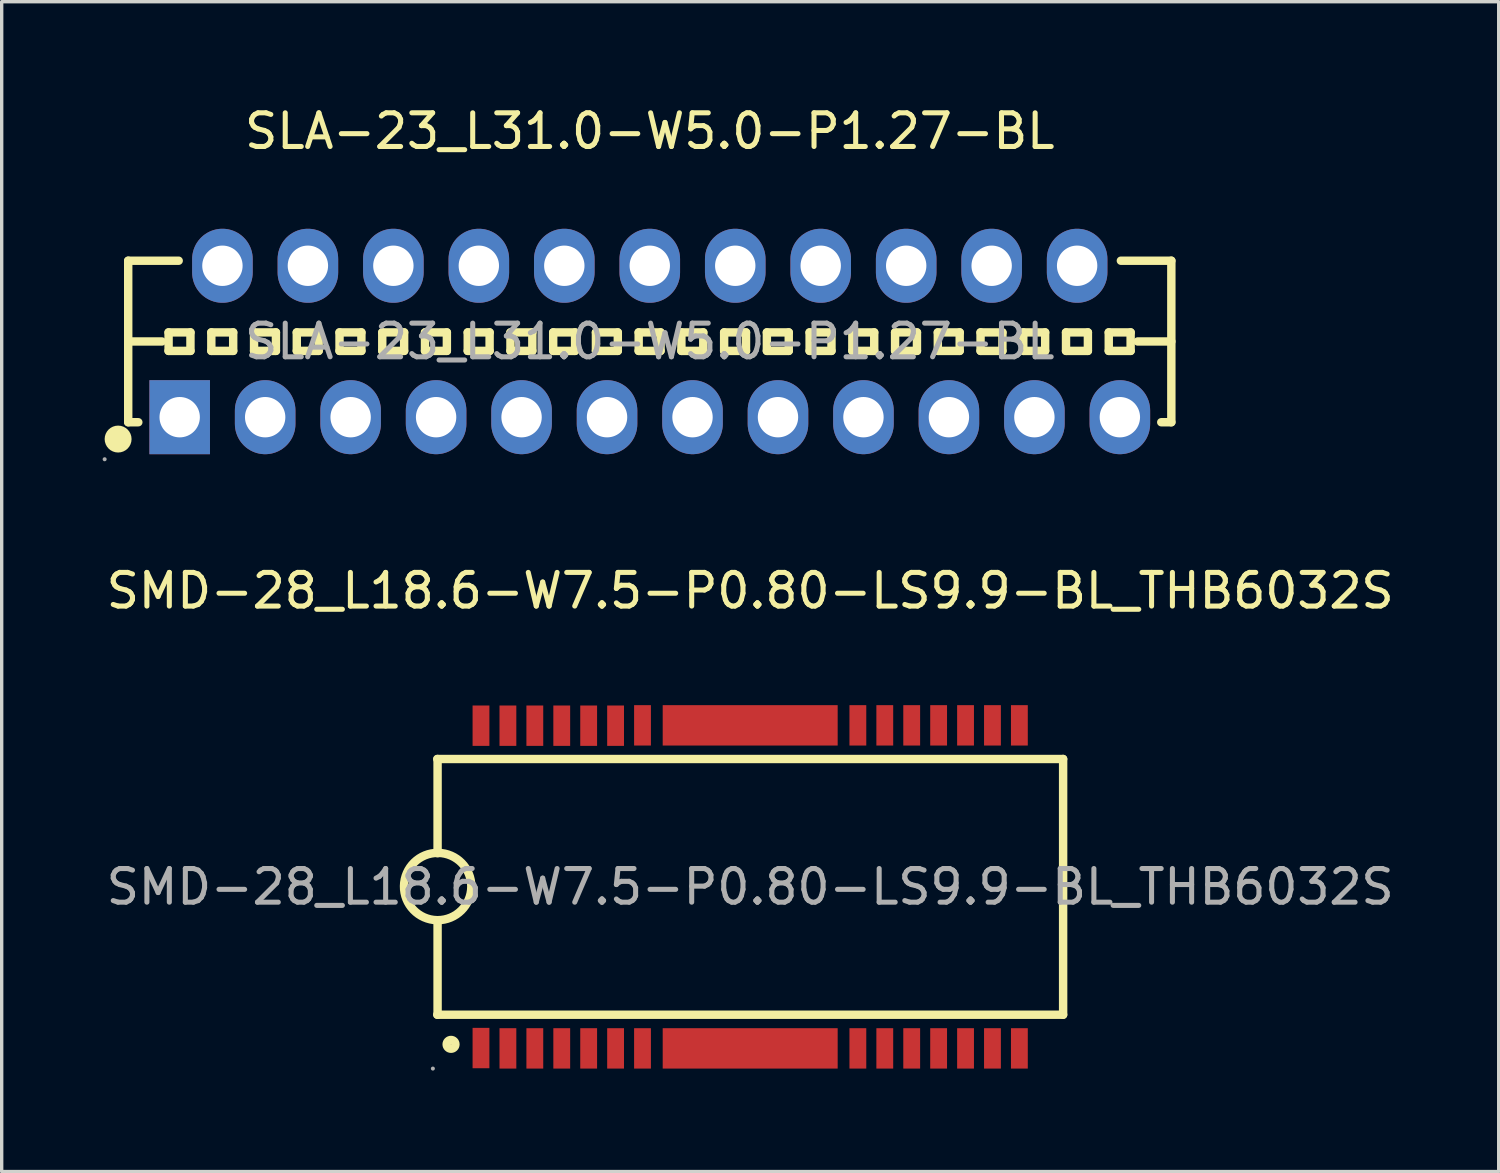
<source format=kicad_pcb>
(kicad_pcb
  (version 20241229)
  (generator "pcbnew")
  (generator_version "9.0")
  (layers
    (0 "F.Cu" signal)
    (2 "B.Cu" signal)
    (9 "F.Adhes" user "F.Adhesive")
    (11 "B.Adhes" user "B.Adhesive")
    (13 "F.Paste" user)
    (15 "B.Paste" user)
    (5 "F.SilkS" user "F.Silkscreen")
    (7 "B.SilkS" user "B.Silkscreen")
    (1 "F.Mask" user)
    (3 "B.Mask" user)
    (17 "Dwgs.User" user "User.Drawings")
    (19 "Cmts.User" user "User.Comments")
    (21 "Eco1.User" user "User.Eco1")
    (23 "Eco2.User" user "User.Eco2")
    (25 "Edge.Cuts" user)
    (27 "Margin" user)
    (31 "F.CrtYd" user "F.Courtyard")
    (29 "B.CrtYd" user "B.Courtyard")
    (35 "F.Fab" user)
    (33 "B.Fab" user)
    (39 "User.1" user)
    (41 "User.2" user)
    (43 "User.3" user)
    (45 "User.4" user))
  (footprint "SLA-23_L31.0-W5.0-P1.27-BL"
    (layer "F.Cu")
    (at 16.26 7.098)
    (property "Reference" "SLA-23_L31.0-W5.0-P1.27-BL" (at 0 -6.25 0) (layer "F.SilkS") (effects (font (size 1 1) (thickness 0.15))))
    (attr through_hole)
    (fp_line (start -15.5 -2.4) (end -15.5 2.4) (stroke (width 0.25) (type solid)) (layer "F.SilkS"))
    (fp_line (start -15.5 2.4) (end -15.2 2.4) (stroke (width 0.25) (type solid)) (layer "F.SilkS"))
    (fp_line (start -14.5 0) (end -15.5 0) (stroke (width 0.25) (type solid)) (layer "F.SilkS"))
    (fp_line (start -14.3 -0.27) (end -14.3 0.28) (stroke (width 0.25) (type solid)) (layer "F.SilkS"))
    (fp_line (start -14.3 0.28) (end -13.65 0.28) (stroke (width 0.25) (type solid)) (layer "F.SilkS"))
    (fp_line (start -14 -2.4) (end -15.5 -2.4) (stroke (width 0.25) (type solid)) (layer "F.SilkS"))
    (fp_line (start -13.65 -0.27) (end -14.3 -0.27) (stroke (width 0.25) (type solid)) (layer "F.SilkS"))
    (fp_line (start -13.65 0.28) (end -13.65 -0.27) (stroke (width 0.25) (type solid)) (layer "F.SilkS"))
    (fp_line (start -13.03 -0.27) (end -13.03 0.28) (stroke (width 0.25) (type solid)) (layer "F.SilkS"))
    (fp_line (start -13.03 0.28) (end -12.38 0.28) (stroke (width 0.25) (type solid)) (layer "F.SilkS"))
    (fp_line (start -12.38 -0.27) (end -13.03 -0.27) (stroke (width 0.25) (type solid)) (layer "F.SilkS"))
    (fp_line (start -12.38 0.28) (end -12.38 -0.27) (stroke (width 0.25) (type solid)) (layer "F.SilkS"))
    (fp_line (start -11.76 -0.27) (end -11.76 0.28) (stroke (width 0.25) (type solid)) (layer "F.SilkS"))
    (fp_line (start -11.76 0.28) (end -11.11 0.28) (stroke (width 0.25) (type solid)) (layer "F.SilkS"))
    (fp_line (start -11.11 -0.27) (end -11.76 -0.27) (stroke (width 0.25) (type solid)) (layer "F.SilkS"))
    (fp_line (start -11.11 0.28) (end -11.11 -0.27) (stroke (width 0.25) (type solid)) (layer "F.SilkS"))
    (fp_line (start -10.49 -0.27) (end -10.49 0.28) (stroke (width 0.25) (type solid)) (layer "F.SilkS"))
    (fp_line (start -10.49 0.28) (end -9.84 0.28) (stroke (width 0.25) (type solid)) (layer "F.SilkS"))
    (fp_line (start -9.84 -0.27) (end -10.49 -0.27) (stroke (width 0.25) (type solid)) (layer "F.SilkS"))
    (fp_line (start -9.84 0.28) (end -9.84 -0.27) (stroke (width 0.25) (type solid)) (layer "F.SilkS"))
    (fp_line (start -9.22 -0.27) (end -9.22 0.28) (stroke (width 0.25) (type solid)) (layer "F.SilkS"))
    (fp_line (start -9.22 0.28) (end -8.57 0.28) (stroke (width 0.25) (type solid)) (layer "F.SilkS"))
    (fp_line (start -8.57 -0.27) (end -9.22 -0.27) (stroke (width 0.25) (type solid)) (layer "F.SilkS"))
    (fp_line (start -8.57 0.28) (end -8.57 -0.27) (stroke (width 0.25) (type solid)) (layer "F.SilkS"))
    (fp_line (start -7.95 -0.27) (end -7.95 0.28) (stroke (width 0.25) (type solid)) (layer "F.SilkS"))
    (fp_line (start -7.95 0.28) (end -7.3 0.28) (stroke (width 0.25) (type solid)) (layer "F.SilkS"))
    (fp_line (start -7.3 -0.27) (end -7.95 -0.27) (stroke (width 0.25) (type solid)) (layer "F.SilkS"))
    (fp_line (start -7.3 0.28) (end -7.3 -0.27) (stroke (width 0.25) (type solid)) (layer "F.SilkS"))
    (fp_line (start -6.68 -0.27) (end -6.68 0.28) (stroke (width 0.25) (type solid)) (layer "F.SilkS"))
    (fp_line (start -6.68 0.28) (end -6.03 0.28) (stroke (width 0.25) (type solid)) (layer "F.SilkS"))
    (fp_line (start -6.03 -0.27) (end -6.68 -0.27) (stroke (width 0.25) (type solid)) (layer "F.SilkS"))
    (fp_line (start -6.03 0.28) (end -6.03 -0.27) (stroke (width 0.25) (type solid)) (layer "F.SilkS"))
    (fp_line (start -5.41 -0.27) (end -5.41 0.28) (stroke (width 0.25) (type solid)) (layer "F.SilkS"))
    (fp_line (start -5.41 0.28) (end -4.76 0.28) (stroke (width 0.25) (type solid)) (layer "F.SilkS"))
    (fp_line (start -4.76 -0.27) (end -5.41 -0.27) (stroke (width 0.25) (type solid)) (layer "F.SilkS"))
    (fp_line (start -4.76 0.28) (end -4.76 -0.27) (stroke (width 0.25) (type solid)) (layer "F.SilkS"))
    (fp_line (start -4.14 -0.27) (end -4.14 0.28) (stroke (width 0.25) (type solid)) (layer "F.SilkS"))
    (fp_line (start -4.14 0.28) (end -3.49 0.28) (stroke (width 0.25) (type solid)) (layer "F.SilkS"))
    (fp_line (start -3.49 -0.27) (end -4.14 -0.27) (stroke (width 0.25) (type solid)) (layer "F.SilkS"))
    (fp_line (start -3.49 0.28) (end -3.49 -0.27) (stroke (width 0.25) (type solid)) (layer "F.SilkS"))
    (fp_line (start -2.87 -0.27) (end -2.87 0.28) (stroke (width 0.25) (type solid)) (layer "F.SilkS"))
    (fp_line (start -2.87 0.28) (end -2.22 0.28) (stroke (width 0.25) (type solid)) (layer "F.SilkS"))
    (fp_line (start -2.22 -0.27) (end -2.87 -0.27) (stroke (width 0.25) (type solid)) (layer "F.SilkS"))
    (fp_line (start -2.22 0.28) (end -2.22 -0.27) (stroke (width 0.25) (type solid)) (layer "F.SilkS"))
    (fp_line (start -1.6 -0.27) (end -1.6 0.28) (stroke (width 0.25) (type solid)) (layer "F.SilkS"))
    (fp_line (start -1.6 0.28) (end -0.95 0.28) (stroke (width 0.25) (type solid)) (layer "F.SilkS"))
    (fp_line (start -0.95 -0.27) (end -1.6 -0.27) (stroke (width 0.25) (type solid)) (layer "F.SilkS"))
    (fp_line (start -0.95 0.28) (end -0.95 -0.27) (stroke (width 0.25) (type solid)) (layer "F.SilkS"))
    (fp_line (start -0.33 -0.27) (end -0.33 0.28) (stroke (width 0.25) (type solid)) (layer "F.SilkS"))
    (fp_line (start -0.33 0.28) (end 0.32 0.28) (stroke (width 0.25) (type solid)) (layer "F.SilkS"))
    (fp_line (start 0.32 -0.27) (end -0.33 -0.27) (stroke (width 0.25) (type solid)) (layer "F.SilkS"))
    (fp_line (start 0.32 0.28) (end 0.32 -0.27) (stroke (width 0.25) (type solid)) (layer "F.SilkS"))
    (fp_line (start 0.94 -0.27) (end 0.94 0.28) (stroke (width 0.25) (type solid)) (layer "F.SilkS"))
    (fp_line (start 0.94 0.28) (end 1.59 0.28) (stroke (width 0.25) (type solid)) (layer "F.SilkS"))
    (fp_line (start 1.59 -0.27) (end 0.94 -0.27) (stroke (width 0.25) (type solid)) (layer "F.SilkS"))
    (fp_line (start 1.59 0.28) (end 1.59 -0.27) (stroke (width 0.25) (type solid)) (layer "F.SilkS"))
    (fp_line (start 2.21 -0.27) (end 2.21 0.28) (stroke (width 0.25) (type solid)) (layer "F.SilkS"))
    (fp_line (start 2.21 0.28) (end 2.86 0.28) (stroke (width 0.25) (type solid)) (layer "F.SilkS"))
    (fp_line (start 2.86 -0.27) (end 2.21 -0.27) (stroke (width 0.25) (type solid)) (layer "F.SilkS"))
    (fp_line (start 2.86 0.28) (end 2.86 -0.27) (stroke (width 0.25) (type solid)) (layer "F.SilkS"))
    (fp_line (start 3.48 -0.27) (end 3.48 0.28) (stroke (width 0.25) (type solid)) (layer "F.SilkS"))
    (fp_line (start 3.48 0.28) (end 4.13 0.28) (stroke (width 0.25) (type solid)) (layer "F.SilkS"))
    (fp_line (start 4.13 -0.27) (end 3.48 -0.27) (stroke (width 0.25) (type solid)) (layer "F.SilkS"))
    (fp_line (start 4.13 0.28) (end 4.13 -0.27) (stroke (width 0.25) (type solid)) (layer "F.SilkS"))
    (fp_line (start 4.75 -0.27) (end 4.75 0.28) (stroke (width 0.25) (type solid)) (layer "F.SilkS"))
    (fp_line (start 4.75 0.28) (end 5.4 0.28) (stroke (width 0.25) (type solid)) (layer "F.SilkS"))
    (fp_line (start 5.4 -0.27) (end 4.75 -0.27) (stroke (width 0.25) (type solid)) (layer "F.SilkS"))
    (fp_line (start 5.4 0.28) (end 5.4 -0.27) (stroke (width 0.25) (type solid)) (layer "F.SilkS"))
    (fp_line (start 6.02 -0.27) (end 6.02 0.28) (stroke (width 0.25) (type solid)) (layer "F.SilkS"))
    (fp_line (start 6.02 0.28) (end 6.67 0.28) (stroke (width 0.25) (type solid)) (layer "F.SilkS"))
    (fp_line (start 6.67 -0.27) (end 6.02 -0.27) (stroke (width 0.25) (type solid)) (layer "F.SilkS"))
    (fp_line (start 6.67 0.28) (end 6.67 -0.27) (stroke (width 0.25) (type solid)) (layer "F.SilkS"))
    (fp_line (start 7.29 -0.27) (end 7.29 0.28) (stroke (width 0.25) (type solid)) (layer "F.SilkS"))
    (fp_line (start 7.29 0.28) (end 7.94 0.28) (stroke (width 0.25) (type solid)) (layer "F.SilkS"))
    (fp_line (start 7.94 -0.27) (end 7.29 -0.27) (stroke (width 0.25) (type solid)) (layer "F.SilkS"))
    (fp_line (start 7.94 0.28) (end 7.94 -0.27) (stroke (width 0.25) (type solid)) (layer "F.SilkS"))
    (fp_line (start 8.56 -0.27) (end 8.56 0.28) (stroke (width 0.25) (type solid)) (layer "F.SilkS"))
    (fp_line (start 8.56 0.28) (end 9.21 0.28) (stroke (width 0.25) (type solid)) (layer "F.SilkS"))
    (fp_line (start 9.21 -0.27) (end 8.56 -0.27) (stroke (width 0.25) (type solid)) (layer "F.SilkS"))
    (fp_line (start 9.21 0.28) (end 9.21 -0.27) (stroke (width 0.25) (type solid)) (layer "F.SilkS"))
    (fp_line (start 9.83 -0.27) (end 9.83 0.28) (stroke (width 0.25) (type solid)) (layer "F.SilkS"))
    (fp_line (start 9.83 0.28) (end 10.48 0.28) (stroke (width 0.25) (type solid)) (layer "F.SilkS"))
    (fp_line (start 10.48 -0.27) (end 9.83 -0.27) (stroke (width 0.25) (type solid)) (layer "F.SilkS"))
    (fp_line (start 10.48 0.28) (end 10.48 -0.27) (stroke (width 0.25) (type solid)) (layer "F.SilkS"))
    (fp_line (start 11.1 -0.27) (end 11.1 0.28) (stroke (width 0.25) (type solid)) (layer "F.SilkS"))
    (fp_line (start 11.1 0.28) (end 11.75 0.28) (stroke (width 0.25) (type solid)) (layer "F.SilkS"))
    (fp_line (start 11.75 -0.27) (end 11.1 -0.27) (stroke (width 0.25) (type solid)) (layer "F.SilkS"))
    (fp_line (start 11.75 0.28) (end 11.75 -0.27) (stroke (width 0.25) (type solid)) (layer "F.SilkS"))
    (fp_line (start 12.37 -0.27) (end 12.37 0.28) (stroke (width 0.25) (type solid)) (layer "F.SilkS"))
    (fp_line (start 12.37 0.28) (end 13.02 0.28) (stroke (width 0.25) (type solid)) (layer "F.SilkS"))
    (fp_line (start 13.02 -0.27) (end 12.37 -0.27) (stroke (width 0.25) (type solid)) (layer "F.SilkS"))
    (fp_line (start 13.02 0.28) (end 13.02 -0.27) (stroke (width 0.25) (type solid)) (layer "F.SilkS"))
    (fp_line (start 13.64 -0.27) (end 13.64 0.28) (stroke (width 0.25) (type solid)) (layer "F.SilkS"))
    (fp_line (start 13.64 0.28) (end 14.29 0.28) (stroke (width 0.25) (type solid)) (layer "F.SilkS"))
    (fp_line (start 14.29 -0.27) (end 13.64 -0.27) (stroke (width 0.25) (type solid)) (layer "F.SilkS"))
    (fp_line (start 14.29 0.28) (end 14.29 -0.27) (stroke (width 0.25) (type solid)) (layer "F.SilkS"))
    (fp_line (start 15.2 2.4) (end 15.5 2.4) (stroke (width 0.25) (type solid)) (layer "F.SilkS"))
    (fp_line (start 15.5 -2.4) (end 14 -2.4) (stroke (width 0.25) (type solid)) (layer "F.SilkS"))
    (fp_line (start 15.5 0) (end 14.5 0) (stroke (width 0.25) (type solid)) (layer "F.SilkS"))
    (fp_line (start 15.5 2.4) (end 15.5 -2.4) (stroke (width 0.25) (type solid)) (layer "F.SilkS"))
    (fp_arc (start -15.8 2.9) (mid -15.8 2.9) (end -15.8 2.9) (stroke (width 0.4) (type solid)) (layer "F.SilkS"))
    (fp_circle (center -16.2 3.5) (end -16.17 3.5) (stroke (width 0.06) (type solid)) (fill no) (layer "F.Fab"))
    (fp_circle (center -13.97 2.25) (end -13.72 2.25) (stroke (width 0.5) (type solid)) (fill no) (layer "F.Fab"))
    (fp_circle (center -12.7 -2.25) (end -12.45 -2.25) (stroke (width 0.5) (type solid)) (fill no) (layer "F.Fab"))
    (fp_circle (center -11.43 2.25) (end -11.18 2.25) (stroke (width 0.5) (type solid)) (fill no) (layer "F.Fab"))
    (fp_circle (center -10.16 -2.25) (end -9.91 -2.25) (stroke (width 0.5) (type solid)) (fill no) (layer "F.Fab"))
    (fp_circle (center -8.89 2.25) (end -8.64 2.25) (stroke (width 0.5) (type solid)) (fill no) (layer "F.Fab"))
    (fp_circle (center -7.62 -2.25) (end -7.37 -2.25) (stroke (width 0.5) (type solid)) (fill no) (layer "F.Fab"))
    (fp_circle (center -6.35 2.25) (end -6.1 2.25) (stroke (width 0.5) (type solid)) (fill no) (layer "F.Fab"))
    (fp_circle (center -5.08 -2.25) (end -4.83 -2.25) (stroke (width 0.5) (type solid)) (fill no) (layer "F.Fab"))
    (fp_circle (center -3.81 2.25) (end -3.56 2.25) (stroke (width 0.5) (type solid)) (fill no) (layer "F.Fab"))
    (fp_circle (center -2.54 -2.25) (end -2.29 -2.25) (stroke (width 0.5) (type solid)) (fill no) (layer "F.Fab"))
    (fp_circle (center -1.27 2.25) (end -1.02 2.25) (stroke (width 0.5) (type solid)) (fill no) (layer "F.Fab"))
    (fp_circle (center 0 -2.25) (end 0.25 -2.25) (stroke (width 0.5) (type solid)) (fill no) (layer "F.Fab"))
    (fp_circle (center 1.27 2.25) (end 1.52 2.25) (stroke (width 0.5) (type solid)) (fill no) (layer "F.Fab"))
    (fp_circle (center 2.54 -2.25) (end 2.79 -2.25) (stroke (width 0.5) (type solid)) (fill no) (layer "F.Fab"))
    (fp_circle (center 3.81 2.25) (end 4.06 2.25) (stroke (width 0.5) (type solid)) (fill no) (layer "F.Fab"))
    (fp_circle (center 5.08 -2.25) (end 5.33 -2.25) (stroke (width 0.5) (type solid)) (fill no) (layer "F.Fab"))
    (fp_circle (center 6.35 2.25) (end 6.6 2.25) (stroke (width 0.5) (type solid)) (fill no) (layer "F.Fab"))
    (fp_circle (center 7.62 -2.25) (end 7.87 -2.25) (stroke (width 0.5) (type solid)) (fill no) (layer "F.Fab"))
    (fp_circle (center 8.89 2.25) (end 9.14 2.25) (stroke (width 0.5) (type solid)) (fill no) (layer "F.Fab"))
    (fp_circle (center 10.16 -2.25) (end 10.41 -2.25) (stroke (width 0.5) (type solid)) (fill no) (layer "F.Fab"))
    (fp_circle (center 11.43 2.25) (end 11.68 2.25) (stroke (width 0.5) (type solid)) (fill no) (layer "F.Fab"))
    (fp_circle (center 12.7 -2.25) (end 12.95 -2.25) (stroke (width 0.5) (type solid)) (fill no) (layer "F.Fab"))
    (fp_circle (center 13.97 2.25) (end 14.22 2.25) (stroke (width 0.5) (type solid)) (fill no) (layer "F.Fab"))
    (fp_text user "${REFERENCE}" (at 0 0 0) (layer "F.Fab") (effects (font (size 1 1) (thickness 0.15))))
    (pad "1" thru_hole rect (at -13.97 2.25) (size 1.8 2.2) (drill 1.2) (layers "*.Cu" "*.Paste" "*.Mask"))
    (pad "2" thru_hole oval (at -12.7 -2.25) (size 1.8 2.2) (drill 1.2) (layers "*.Cu" "*.Paste" "*.Mask"))
    (pad "3" thru_hole oval (at -11.43 2.25) (size 1.8 2.2) (drill 1.2) (layers "*.Cu" "*.Paste" "*.Mask"))
    (pad "4" thru_hole oval (at -10.16 -2.25) (size 1.8 2.2) (drill 1.2) (layers "*.Cu" "*.Paste" "*.Mask"))
    (pad "5" thru_hole oval (at -8.89 2.25) (size 1.8 2.2) (drill 1.2) (layers "*.Cu" "*.Paste" "*.Mask"))
    (pad "6" thru_hole oval (at -7.62 -2.25) (size 1.8 2.2) (drill 1.2) (layers "*.Cu" "*.Paste" "*.Mask"))
    (pad "7" thru_hole oval (at -6.35 2.25) (size 1.8 2.2) (drill 1.2) (layers "*.Cu" "*.Paste" "*.Mask"))
    (pad "8" thru_hole oval (at -5.08 -2.25) (size 1.8 2.2) (drill 1.2) (layers "*.Cu" "*.Paste" "*.Mask"))
    (pad "9" thru_hole oval (at -3.81 2.25) (size 1.8 2.2) (drill 1.2) (layers "*.Cu" "*.Paste" "*.Mask"))
    (pad "10" thru_hole oval (at -2.54 -2.25) (size 1.8 2.2) (drill 1.2) (layers "*.Cu" "*.Paste" "*.Mask"))
    (pad "11" thru_hole oval (at -1.27 2.25) (size 1.8 2.2) (drill 1.2) (layers "*.Cu" "*.Paste" "*.Mask"))
    (pad "12" thru_hole oval (at 0 -2.25) (size 1.8 2.2) (drill 1.2) (layers "*.Cu" "*.Paste" "*.Mask"))
    (pad "13" thru_hole oval (at 1.27 2.25) (size 1.8 2.2) (drill 1.2) (layers "*.Cu" "*.Paste" "*.Mask"))
    (pad "14" thru_hole oval (at 2.54 -2.25) (size 1.8 2.2) (drill 1.2) (layers "*.Cu" "*.Paste" "*.Mask"))
    (pad "15" thru_hole oval (at 3.81 2.25) (size 1.8 2.2) (drill 1.2) (layers "*.Cu" "*.Paste" "*.Mask"))
    (pad "16" thru_hole oval (at 5.08 -2.25) (size 1.8 2.2) (drill 1.2) (layers "*.Cu" "*.Paste" "*.Mask"))
    (pad "17" thru_hole oval (at 6.35 2.25) (size 1.8 2.2) (drill 1.2) (layers "*.Cu" "*.Paste" "*.Mask"))
    (pad "18" thru_hole oval (at 7.62 -2.25) (size 1.8 2.2) (drill 1.2) (layers "*.Cu" "*.Paste" "*.Mask"))
    (pad "19" thru_hole oval (at 8.89 2.25) (size 1.8 2.2) (drill 1.2) (layers "*.Cu" "*.Paste" "*.Mask"))
    (pad "20" thru_hole oval (at 10.16 -2.25) (size 1.8 2.2) (drill 1.2) (layers "*.Cu" "*.Paste" "*.Mask"))
    (pad "21" thru_hole oval (at 11.43 2.25) (size 1.8 2.2) (drill 1.2) (layers "*.Cu" "*.Paste" "*.Mask"))
    (pad "22" thru_hole oval (at 12.7 -2.25) (size 1.8 2.2) (drill 1.2) (layers "*.Cu" "*.Paste" "*.Mask"))
    (pad "23" thru_hole oval (at 13.97 2.25) (size 1.8 2.2) (drill 1.2) (layers "*.Cu" "*.Paste" "*.Mask")))
  (footprint "SMD-28_L18.6-W7.5-P0.80-LS9.9-BL_THB6032S"
    (layer "F.Cu")
    (at 19.244 23.306)
    (property "Reference" "SMD-28_L18.6-W7.5-P0.80-LS9.9-BL_THB6032S" (at 0 -8.8 0) (layer "F.SilkS") (effects (font (size 1 1) (thickness 0.15))))
    (attr through_hole)
    (fp_line (start -9.3 -3.8) (end 9.3 -3.8) (stroke (width 0.25) (type solid)) (layer "F.SilkS"))
    (fp_line (start -9.3 3.8) (end 9.3 3.8) (stroke (width 0.25) (type solid)) (layer "F.SilkS"))
    (fp_line (start -9.29 -3.8) (end -9.29 -1) (stroke (width 0.25) (type solid)) (layer "F.SilkS"))
    (fp_line (start -9.29 1) (end -9.29 3.8) (stroke (width 0.25) (type solid)) (layer "F.SilkS"))
    (fp_line (start 9.3 -3.8) (end 9.3 3.8) (stroke (width 0.25) (type solid)) (layer "F.SilkS"))
    (fp_arc (start -9.307452 0.989848) (mid -9.281274 -1.009962) (end -9.29 0.99) (stroke (width 0.25) (type solid)) (layer "F.SilkS"))
    (fp_circle (center -8.89 4.68) (end -8.76 4.68) (stroke (width 0.25) (type solid)) (fill no) (layer "F.SilkS"))
    (fp_circle (center -9.43 5.4) (end -9.4 5.4) (stroke (width 0.06) (type solid)) (fill no) (layer "F.Fab"))
    (fp_text user "${REFERENCE}" (at 0 0 0) (layer "F.Fab") (effects (font (size 1 1) (thickness 0.15))))
    (pad "1" smd rect (at -8 4.79) (size 0.5 1.2) (layers "F.Cu" "F.Mask" "F.Paste"))
    (pad "2" smd rect (at -7.2 4.8) (size 0.5 1.2) (layers "F.Cu" "F.Mask" "F.Paste"))
    (pad "3" smd rect (at -6.4 4.8) (size 0.5 1.2) (layers "F.Cu" "F.Mask" "F.Paste"))
    (pad "4" smd rect (at -5.6 4.8) (size 0.5 1.2) (layers "F.Cu" "F.Mask" "F.Paste"))
    (pad "5" smd rect (at -4.8 4.8) (size 0.5 1.2) (layers "F.Cu" "F.Mask" "F.Paste"))
    (pad "6" smd rect (at -4 4.8) (size 0.5 1.2) (layers "F.Cu" "F.Mask" "F.Paste"))
    (pad "7" smd rect (at -3.2 4.8) (size 0.5 1.2) (layers "F.Cu" "F.Mask" "F.Paste"))
    (pad "8" smd rect (at 3.2 4.8) (size 0.5 1.2) (layers "F.Cu" "F.Mask" "F.Paste"))
    (pad "9" smd rect (at 4 4.8) (size 0.5 1.2) (layers "F.Cu" "F.Mask" "F.Paste"))
    (pad "10" smd rect (at 4.8 4.8) (size 0.5 1.2) (layers "F.Cu" "F.Mask" "F.Paste"))
    (pad "11" smd rect (at 5.6 4.8) (size 0.5 1.2) (layers "F.Cu" "F.Mask" "F.Paste"))
    (pad "12" smd rect (at 6.4 4.8) (size 0.5 1.2) (layers "F.Cu" "F.Mask" "F.Paste"))
    (pad "13" smd rect (at 7.2 4.8) (size 0.5 1.2) (layers "F.Cu" "F.Mask" "F.Paste"))
    (pad "14" smd rect (at 8 4.8) (size 0.5 1.2) (layers "F.Cu" "F.Mask" "F.Paste"))
    (pad "15" smd rect (at 8 -4.8) (size 0.5 1.2) (layers "F.Cu" "F.Mask" "F.Paste"))
    (pad "16" smd rect (at 7.2 -4.8) (size 0.5 1.2) (layers "F.Cu" "F.Mask" "F.Paste"))
    (pad "17" smd rect (at 6.4 -4.8) (size 0.5 1.2) (layers "F.Cu" "F.Mask" "F.Paste"))
    (pad "18" smd rect (at 5.6 -4.8) (size 0.5 1.2) (layers "F.Cu" "F.Mask" "F.Paste"))
    (pad "19" smd rect (at 4.8 -4.8) (size 0.5 1.2) (layers "F.Cu" "F.Mask" "F.Paste"))
    (pad "20" smd rect (at 4 -4.8) (size 0.5 1.2) (layers "F.Cu" "F.Mask" "F.Paste"))
    (pad "21" smd rect (at 3.2 -4.8) (size 0.5 1.2) (layers "F.Cu" "F.Mask" "F.Paste"))
    (pad "22" smd rect (at -3.2 -4.8) (size 0.5 1.2) (layers "F.Cu" "F.Mask" "F.Paste"))
    (pad "23" smd rect (at -4 -4.79) (size 0.5 1.2) (layers "F.Cu" "F.Mask" "F.Paste"))
    (pad "24" smd rect (at -4.8 -4.79) (size 0.5 1.2) (layers "F.Cu" "F.Mask" "F.Paste"))
    (pad "25" smd rect (at -5.6 -4.79) (size 0.5 1.2) (layers "F.Cu" "F.Mask" "F.Paste"))
    (pad "26" smd rect (at -6.4 -4.79) (size 0.5 1.2) (layers "F.Cu" "F.Mask" "F.Paste"))
    (pad "27" smd rect (at -7.2 -4.79) (size 0.5 1.2) (layers "F.Cu" "F.Mask" "F.Paste"))
    (pad "28" smd rect (at -8 -4.79) (size 0.5 1.2) (layers "F.Cu" "F.Mask" "F.Paste"))
    (pad "29" smd rect (at 0 -4.8) (size 5.2 1.2) (layers "F.Cu" "F.Mask" "F.Paste"))
    (pad "30" smd rect (at 0 4.8) (size 5.2 1.2) (layers "F.Cu" "F.Mask" "F.Paste")))
  (gr_rect
    (start -3 -3)
    (end 41.488 31.767)
    (stroke (width 0.1) (type default))
    (fill no)
    (layer "Edge.Cuts")))
</source>
